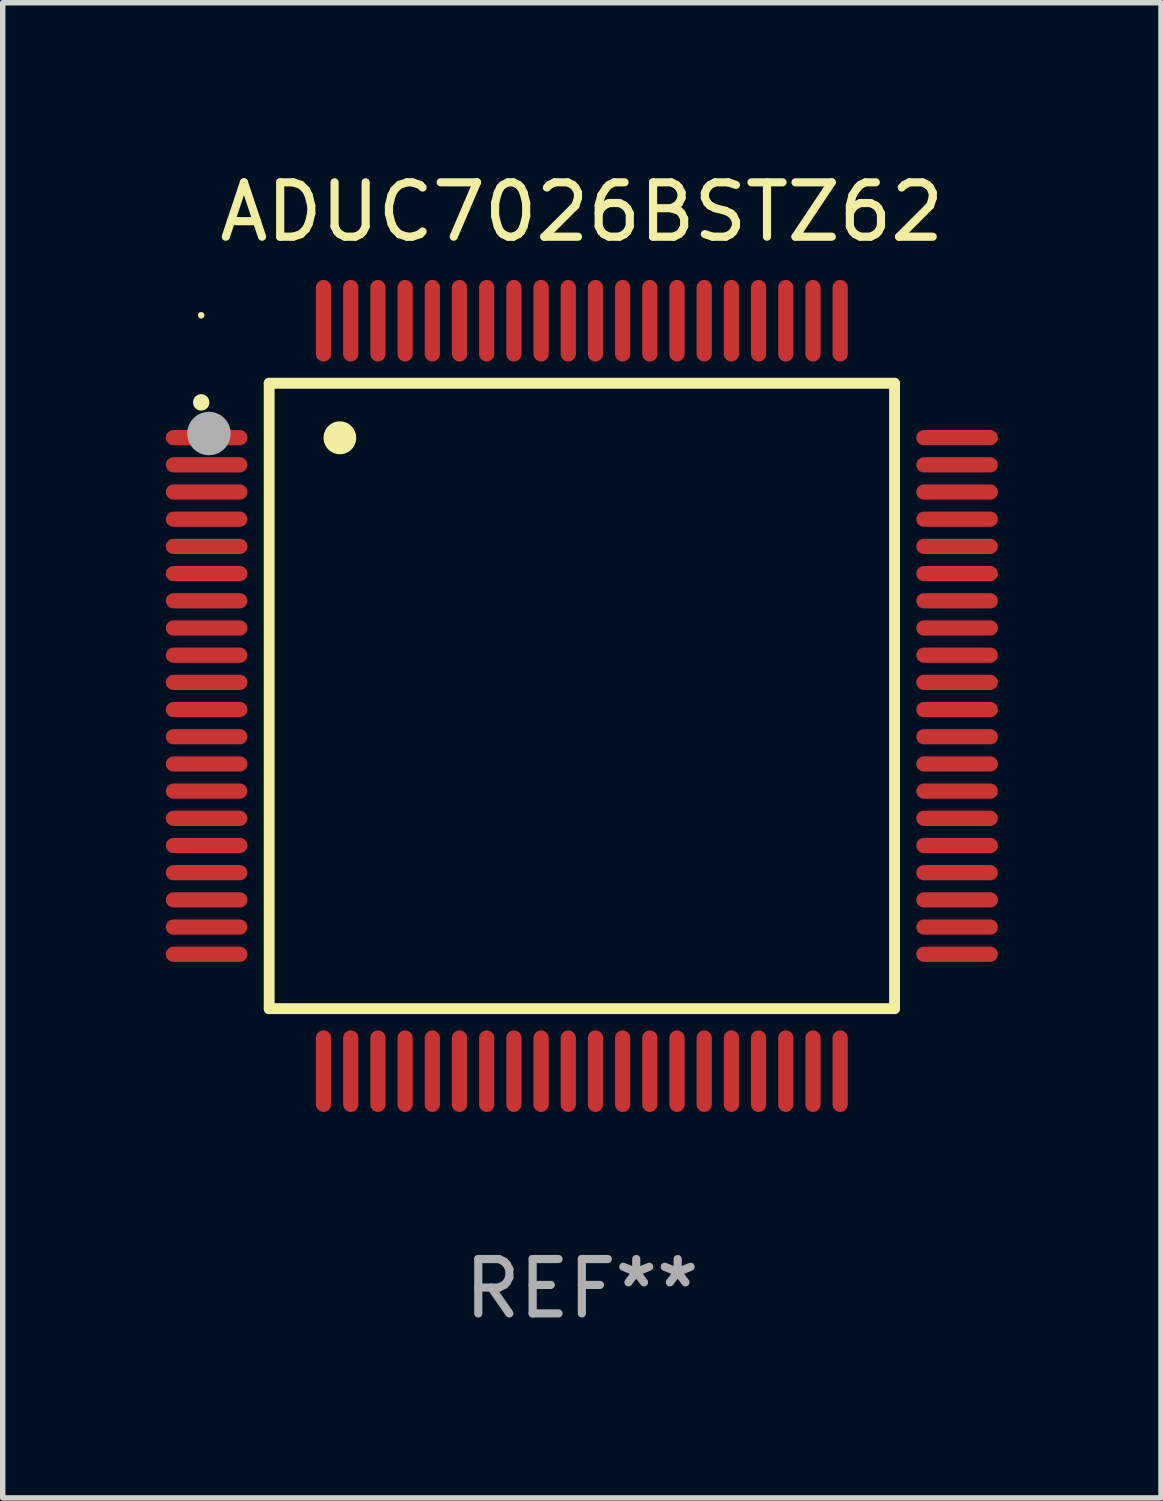
<source format=kicad_pcb>
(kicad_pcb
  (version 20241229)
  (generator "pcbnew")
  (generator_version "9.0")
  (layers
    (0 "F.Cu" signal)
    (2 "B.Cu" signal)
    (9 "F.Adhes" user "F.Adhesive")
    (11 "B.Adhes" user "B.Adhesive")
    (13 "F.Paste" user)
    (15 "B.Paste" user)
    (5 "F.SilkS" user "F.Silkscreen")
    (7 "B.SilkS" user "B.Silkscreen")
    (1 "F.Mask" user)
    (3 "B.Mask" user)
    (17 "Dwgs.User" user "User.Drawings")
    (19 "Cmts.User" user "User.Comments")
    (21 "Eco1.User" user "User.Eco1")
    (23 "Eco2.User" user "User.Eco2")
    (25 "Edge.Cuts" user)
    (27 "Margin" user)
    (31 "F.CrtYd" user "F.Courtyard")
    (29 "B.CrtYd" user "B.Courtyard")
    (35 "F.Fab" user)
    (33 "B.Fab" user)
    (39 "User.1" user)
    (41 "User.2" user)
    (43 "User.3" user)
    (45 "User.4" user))
  (footprint "ADUC7026BSTZ62"
    (layer "F.Cu")
    (at 7.65 9.748)
    (property "Reference" "ADUC7026BSTZ62" (at 0 -8.9 0) (layer "F.SilkS") (effects (font (size 1 1) (thickness 0.15))))
    (attr through_hole)
    (fp_line (start -5.75 -5.75) (end 5.75 -5.75) (stroke (width 0.2) (type solid)) (layer "F.SilkS"))
    (fp_line (start -5.75 5.75) (end -5.75 -5.75) (stroke (width 0.2) (type solid)) (layer "F.SilkS"))
    (fp_line (start 5.75 -5.75) (end 5.75 5.75) (stroke (width 0.2) (type solid)) (layer "F.SilkS"))
    (fp_line (start 5.75 5.75) (end -5.75 5.75) (stroke (width 0.2) (type solid)) (layer "F.SilkS"))
    (fp_arc (start -7.000229 -5.397435) (mid -7.000234 -5.398705) (end -7.000229 -5.399975) (stroke (width 0.3) (type solid)) (layer "F.SilkS"))
    (fp_arc (start -4.450064 -4.744653) (mid -4.450075 -4.747193) (end -4.450064 -4.749733) (stroke (width 0.6) (type solid)) (layer "F.SilkS"))
    (fp_circle (center -7 -7) (end -6.97 -7) (stroke (width 0.06) (type solid)) (fill no) (layer "F.SilkS"))
    (fp_circle (center -6.858 -4.826) (end -6.658 -4.826) (stroke (width 0.4) (type solid)) (fill no) (layer "F.Fab"))
    (fp_text user "REF**" (at 0 10.9 0) (layer "F.Fab") (effects (font (size 1 1) (thickness 0.15))))
    (pad "1" smd oval (at -6.9 -4.75 90) (size 0.28 1.5) (layers "F.Cu" "F.Mask" "F.Paste"))
    (pad "2" smd oval (at -6.9 -4.25 90) (size 0.28 1.5) (layers "F.Cu" "F.Mask" "F.Paste"))
    (pad "3" smd oval (at -6.9 -3.75 90) (size 0.28 1.5) (layers "F.Cu" "F.Mask" "F.Paste"))
    (pad "4" smd oval (at -6.9 -3.25 90) (size 0.28 1.5) (layers "F.Cu" "F.Mask" "F.Paste"))
    (pad "5" smd oval (at -6.9 -2.75 90) (size 0.28 1.5) (layers "F.Cu" "F.Mask" "F.Paste"))
    (pad "6" smd oval (at -6.9 -2.25 90) (size 0.28 1.5) (layers "F.Cu" "F.Mask" "F.Paste"))
    (pad "7" smd oval (at -6.9 -1.75 90) (size 0.28 1.5) (layers "F.Cu" "F.Mask" "F.Paste"))
    (pad "8" smd oval (at -6.9 -1.25 90) (size 0.28 1.5) (layers "F.Cu" "F.Mask" "F.Paste"))
    (pad "9" smd oval (at -6.9 -0.75 90) (size 0.28 1.5) (layers "F.Cu" "F.Mask" "F.Paste"))
    (pad "10" smd oval (at -6.9 -0.25 90) (size 0.28 1.5) (layers "F.Cu" "F.Mask" "F.Paste"))
    (pad "11" smd oval (at -6.9 0.25 90) (size 0.28 1.5) (layers "F.Cu" "F.Mask" "F.Paste"))
    (pad "12" smd oval (at -6.9 0.75 90) (size 0.28 1.5) (layers "F.Cu" "F.Mask" "F.Paste"))
    (pad "13" smd oval (at -6.9 1.25 90) (size 0.28 1.5) (layers "F.Cu" "F.Mask" "F.Paste"))
    (pad "14" smd oval (at -6.9 1.75 90) (size 0.28 1.5) (layers "F.Cu" "F.Mask" "F.Paste"))
    (pad "15" smd oval (at -6.9 2.25 90) (size 0.28 1.5) (layers "F.Cu" "F.Mask" "F.Paste"))
    (pad "16" smd oval (at -6.9 2.75 90) (size 0.28 1.5) (layers "F.Cu" "F.Mask" "F.Paste"))
    (pad "17" smd oval (at -6.9 3.25 90) (size 0.28 1.5) (layers "F.Cu" "F.Mask" "F.Paste"))
    (pad "18" smd oval (at -6.9 3.75 90) (size 0.28 1.5) (layers "F.Cu" "F.Mask" "F.Paste"))
    (pad "19" smd oval (at -6.9 4.25 90) (size 0.28 1.5) (layers "F.Cu" "F.Mask" "F.Paste"))
    (pad "20" smd oval (at -6.9 4.75 270) (size 0.28 1.5) (layers "F.Cu" "F.Mask" "F.Paste"))
    (pad "21" smd oval (at -4.75 6.9 180) (size 0.28 1.5) (layers "F.Cu" "F.Mask" "F.Paste"))
    (pad "22" smd oval (at -4.25 6.9) (size 0.28 1.5) (layers "F.Cu" "F.Mask" "F.Paste"))
    (pad "23" smd oval (at -3.75 6.9) (size 0.28 1.5) (layers "F.Cu" "F.Mask" "F.Paste"))
    (pad "24" smd oval (at -3.25 6.9) (size 0.28 1.5) (layers "F.Cu" "F.Mask" "F.Paste"))
    (pad "25" smd oval (at -2.75 6.9) (size 0.28 1.5) (layers "F.Cu" "F.Mask" "F.Paste"))
    (pad "26" smd oval (at -2.25 6.9) (size 0.28 1.5) (layers "F.Cu" "F.Mask" "F.Paste"))
    (pad "27" smd oval (at -1.75 6.9) (size 0.28 1.5) (layers "F.Cu" "F.Mask" "F.Paste"))
    (pad "28" smd oval (at -1.25 6.9) (size 0.28 1.5) (layers "F.Cu" "F.Mask" "F.Paste"))
    (pad "29" smd oval (at -0.75 6.9) (size 0.28 1.5) (layers "F.Cu" "F.Mask" "F.Paste"))
    (pad "30" smd oval (at -0.25 6.9) (size 0.28 1.5) (layers "F.Cu" "F.Mask" "F.Paste"))
    (pad "31" smd oval (at 0.25 6.9) (size 0.28 1.5) (layers "F.Cu" "F.Mask" "F.Paste"))
    (pad "32" smd oval (at 0.75 6.9) (size 0.28 1.5) (layers "F.Cu" "F.Mask" "F.Paste"))
    (pad "33" smd oval (at 1.25 6.9) (size 0.28 1.5) (layers "F.Cu" "F.Mask" "F.Paste"))
    (pad "34" smd oval (at 1.75 6.9) (size 0.28 1.5) (layers "F.Cu" "F.Mask" "F.Paste"))
    (pad "35" smd oval (at 2.25 6.9) (size 0.28 1.5) (layers "F.Cu" "F.Mask" "F.Paste"))
    (pad "36" smd oval (at 2.75 6.9) (size 0.28 1.5) (layers "F.Cu" "F.Mask" "F.Paste"))
    (pad "37" smd oval (at 3.25 6.9) (size 0.28 1.5) (layers "F.Cu" "F.Mask" "F.Paste"))
    (pad "38" smd oval (at 3.75 6.9) (size 0.28 1.5) (layers "F.Cu" "F.Mask" "F.Paste"))
    (pad "39" smd oval (at 4.25 6.9) (size 0.28 1.5) (layers "F.Cu" "F.Mask" "F.Paste"))
    (pad "40" smd oval (at 4.75 6.9) (size 0.28 1.5) (layers "F.Cu" "F.Mask" "F.Paste"))
    (pad "41" smd oval (at 6.9 4.75 270) (size 0.28 1.5) (layers "F.Cu" "F.Mask" "F.Paste"))
    (pad "42" smd oval (at 6.9 4.25 90) (size 0.28 1.5) (layers "F.Cu" "F.Mask" "F.Paste"))
    (pad "43" smd oval (at 6.9 3.75 90) (size 0.28 1.5) (layers "F.Cu" "F.Mask" "F.Paste"))
    (pad "44" smd oval (at 6.9 3.25 90) (size 0.28 1.5) (layers "F.Cu" "F.Mask" "F.Paste"))
    (pad "45" smd oval (at 6.9 2.75 90) (size 0.28 1.5) (layers "F.Cu" "F.Mask" "F.Paste"))
    (pad "46" smd oval (at 6.9 2.25 90) (size 0.28 1.5) (layers "F.Cu" "F.Mask" "F.Paste"))
    (pad "47" smd oval (at 6.9 1.75 90) (size 0.28 1.5) (layers "F.Cu" "F.Mask" "F.Paste"))
    (pad "48" smd oval (at 6.9 1.25 90) (size 0.28 1.5) (layers "F.Cu" "F.Mask" "F.Paste"))
    (pad "49" smd oval (at 6.9 0.75 90) (size 0.28 1.5) (layers "F.Cu" "F.Mask" "F.Paste"))
    (pad "50" smd oval (at 6.9 0.25 90) (size 0.28 1.5) (layers "F.Cu" "F.Mask" "F.Paste"))
    (pad "51" smd oval (at 6.9 -0.25 90) (size 0.28 1.5) (layers "F.Cu" "F.Mask" "F.Paste"))
    (pad "52" smd oval (at 6.9 -0.75 90) (size 0.28 1.5) (layers "F.Cu" "F.Mask" "F.Paste"))
    (pad "53" smd oval (at 6.9 -1.25 90) (size 0.28 1.5) (layers "F.Cu" "F.Mask" "F.Paste"))
    (pad "54" smd oval (at 6.9 -1.75 90) (size 0.28 1.5) (layers "F.Cu" "F.Mask" "F.Paste"))
    (pad "55" smd oval (at 6.9 -2.25 90) (size 0.28 1.5) (layers "F.Cu" "F.Mask" "F.Paste"))
    (pad "56" smd oval (at 6.9 -2.75 90) (size 0.28 1.5) (layers "F.Cu" "F.Mask" "F.Paste"))
    (pad "57" smd oval (at 6.9 -3.25 90) (size 0.28 1.5) (layers "F.Cu" "F.Mask" "F.Paste"))
    (pad "58" smd oval (at 6.9 -3.75 90) (size 0.28 1.5) (layers "F.Cu" "F.Mask" "F.Paste"))
    (pad "59" smd oval (at 6.9 -4.25 90) (size 0.28 1.5) (layers "F.Cu" "F.Mask" "F.Paste"))
    (pad "60" smd oval (at 6.9 -4.75 90) (size 0.28 1.5) (layers "F.Cu" "F.Mask" "F.Paste"))
    (pad "61" smd oval (at 4.75 -6.9) (size 0.28 1.5) (layers "F.Cu" "F.Mask" "F.Paste"))
    (pad "62" smd oval (at 4.25 -6.9) (size 0.28 1.5) (layers "F.Cu" "F.Mask" "F.Paste"))
    (pad "63" smd oval (at 3.75 -6.9) (size 0.28 1.5) (layers "F.Cu" "F.Mask" "F.Paste"))
    (pad "64" smd oval (at 3.25 -6.9) (size 0.28 1.5) (layers "F.Cu" "F.Mask" "F.Paste"))
    (pad "65" smd oval (at 2.75 -6.9) (size 0.28 1.5) (layers "F.Cu" "F.Mask" "F.Paste"))
    (pad "66" smd oval (at 2.25 -6.9) (size 0.28 1.5) (layers "F.Cu" "F.Mask" "F.Paste"))
    (pad "67" smd oval (at 1.75 -6.9) (size 0.28 1.5) (layers "F.Cu" "F.Mask" "F.Paste"))
    (pad "68" smd oval (at 1.25 -6.9) (size 0.28 1.5) (layers "F.Cu" "F.Mask" "F.Paste"))
    (pad "69" smd oval (at 0.75 -6.9) (size 0.28 1.5) (layers "F.Cu" "F.Mask" "F.Paste"))
    (pad "70" smd oval (at 0.25 -6.9) (size 0.28 1.5) (layers "F.Cu" "F.Mask" "F.Paste"))
    (pad "71" smd oval (at -0.25 -6.9) (size 0.28 1.5) (layers "F.Cu" "F.Mask" "F.Paste"))
    (pad "72" smd oval (at -0.75 -6.9) (size 0.28 1.5) (layers "F.Cu" "F.Mask" "F.Paste"))
    (pad "73" smd oval (at -1.25 -6.9) (size 0.28 1.5) (layers "F.Cu" "F.Mask" "F.Paste"))
    (pad "74" smd oval (at -1.75 -6.9) (size 0.28 1.5) (layers "F.Cu" "F.Mask" "F.Paste"))
    (pad "75" smd oval (at -2.25 -6.9) (size 0.28 1.5) (layers "F.Cu" "F.Mask" "F.Paste"))
    (pad "76" smd oval (at -2.75 -6.9) (size 0.28 1.5) (layers "F.Cu" "F.Mask" "F.Paste"))
    (pad "77" smd oval (at -3.25 -6.9) (size 0.28 1.5) (layers "F.Cu" "F.Mask" "F.Paste"))
    (pad "78" smd oval (at -3.75 -6.9) (size 0.28 1.5) (layers "F.Cu" "F.Mask" "F.Paste"))
    (pad "79" smd oval (at -4.25 -6.9) (size 0.28 1.5) (layers "F.Cu" "F.Mask" "F.Paste"))
    (pad "80" smd oval (at -4.75 -6.9 180) (size 0.28 1.5) (layers "F.Cu" "F.Mask" "F.Paste")))
  (gr_rect
    (start -3 -3)
    (end 18.3 24.496)
    (stroke (width 0.1) (type default))
    (fill no)
    (layer "Edge.Cuts")))
</source>
